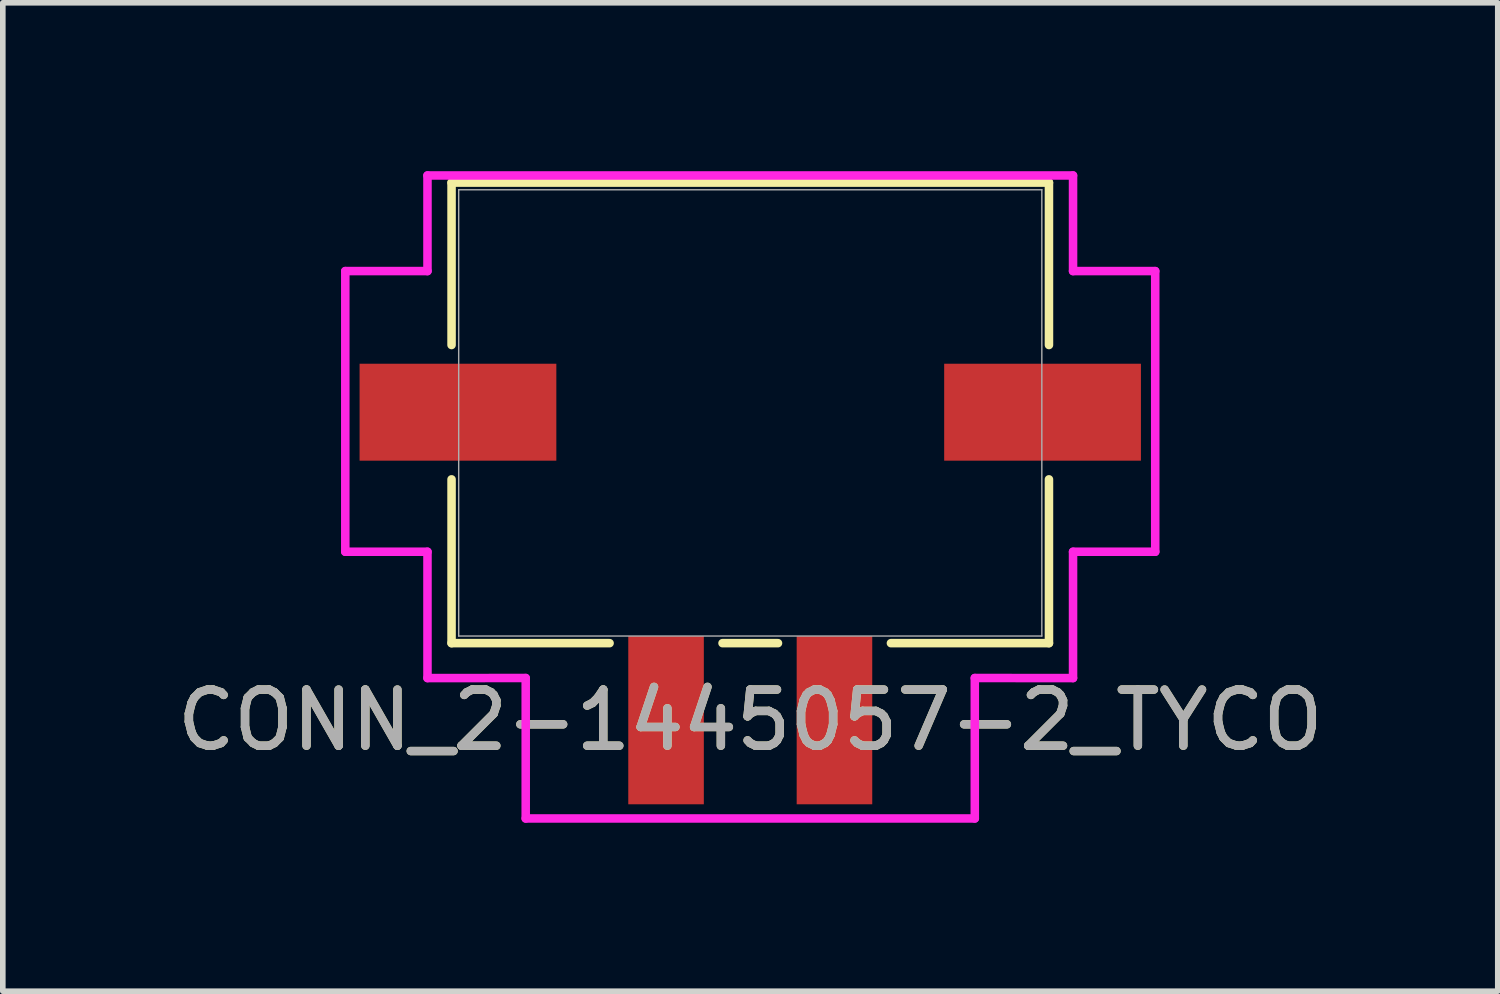
<source format=kicad_pcb>
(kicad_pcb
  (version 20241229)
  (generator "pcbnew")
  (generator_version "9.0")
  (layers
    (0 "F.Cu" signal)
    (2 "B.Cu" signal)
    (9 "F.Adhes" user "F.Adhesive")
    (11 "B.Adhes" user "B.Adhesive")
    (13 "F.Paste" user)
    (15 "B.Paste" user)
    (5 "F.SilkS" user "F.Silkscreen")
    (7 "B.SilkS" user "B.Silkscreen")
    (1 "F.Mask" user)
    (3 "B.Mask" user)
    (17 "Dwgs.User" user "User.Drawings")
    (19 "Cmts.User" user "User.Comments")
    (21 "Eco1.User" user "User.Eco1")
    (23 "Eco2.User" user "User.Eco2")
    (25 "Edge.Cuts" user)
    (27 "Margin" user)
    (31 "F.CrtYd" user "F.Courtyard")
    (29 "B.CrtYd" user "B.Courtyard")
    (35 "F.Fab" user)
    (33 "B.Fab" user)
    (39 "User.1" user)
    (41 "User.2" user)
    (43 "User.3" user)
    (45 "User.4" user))
  (footprint "CONN_2-1445057-2_TYCO"
    (layer "F.Cu")
    (at 8.815 9.779)
    (property "Reference" "CONN_2-1445057-2_TYCO" (at 1.5 0 0) (unlocked yes) (layer "F.SilkS") (effects (font (size 1 1) (thickness 0.15))))
    (attr smd)
    (fp_line (start -3.821 -9.576) (end -3.821 -6.683) (stroke (width 0.152) (type solid)) (layer "F.SilkS"))
    (fp_line (start -3.821 -4.29) (end -3.821 -1.372) (stroke (width 0.152) (type solid)) (layer "F.SilkS"))
    (fp_line (start -3.821 -1.372) (end -1.006 -1.372) (stroke (width 0.152) (type solid)) (layer "F.SilkS"))
    (fp_line (start 1.006 -1.372) (end 1.994 -1.372) (stroke (width 0.152) (type solid)) (layer "F.SilkS"))
    (fp_line (start 4.006 -1.372) (end 6.821 -1.372) (stroke (width 0.152) (type solid)) (layer "F.SilkS"))
    (fp_line (start 6.821 -9.576) (end -3.821 -9.576) (stroke (width 0.152) (type solid)) (layer "F.SilkS"))
    (fp_line (start 6.821 -6.683) (end 6.821 -9.576) (stroke (width 0.152) (type solid)) (layer "F.SilkS"))
    (fp_line (start 6.821 -1.372) (end 6.821 -4.29) (stroke (width 0.152) (type solid)) (layer "F.SilkS"))
    (fp_line (start -5.714 -8) (end -5.714 -3) (stroke (width 0.152) (type solid)) (layer "F.CrtYd"))
    (fp_line (start -5.714 -8) (end -4.25 -8) (stroke (width 0.152) (type solid)) (layer "F.CrtYd"))
    (fp_line (start -5.714 -3) (end -4.25 -3) (stroke (width 0.152) (type solid)) (layer "F.CrtYd"))
    (fp_line (start -4.25 -9.703) (end -4.25 -8) (stroke (width 0.152) (type solid)) (layer "F.CrtYd"))
    (fp_line (start -4.25 -3) (end -4.25 -0.75) (stroke (width 0.152) (type solid)) (layer "F.CrtYd"))
    (fp_line (start -4.25 -0.75) (end -2.5 -0.751) (stroke (width 0.152) (type solid)) (layer "F.CrtYd"))
    (fp_line (start -2.5 1.751) (end -2.5 -0.751) (stroke (width 0.152) (type solid)) (layer "F.CrtYd"))
    (fp_line (start -2.5 1.751) (end 5.5 1.751) (stroke (width 0.152) (type solid)) (layer "F.CrtYd"))
    (fp_line (start 5.5 -0.751) (end 5.5 1.751) (stroke (width 0.152) (type solid)) (layer "F.CrtYd"))
    (fp_line (start 7.25 -9.703) (end -4.25 -9.703) (stroke (width 0.152) (type solid)) (layer "F.CrtYd"))
    (fp_line (start 7.25 -9.703) (end 7.25 -8) (stroke (width 0.152) (type solid)) (layer "F.CrtYd"))
    (fp_line (start 7.25 -3) (end 7.25 -0.75) (stroke (width 0.152) (type solid)) (layer "F.CrtYd"))
    (fp_line (start 7.25 -0.75) (end 5.5 -0.751) (stroke (width 0.152) (type solid)) (layer "F.CrtYd"))
    (fp_line (start 8.714 -8) (end 7.25 -8) (stroke (width 0.152) (type solid)) (layer "F.CrtYd"))
    (fp_line (start 8.714 -3) (end 7.25 -3) (stroke (width 0.152) (type solid)) (layer "F.CrtYd"))
    (fp_line (start 8.714 -3) (end 8.714 -8) (stroke (width 0.152) (type solid)) (layer "F.CrtYd"))
    (fp_line (start -3.694 -9.449) (end -3.694 -1.499) (stroke (width 0.025) (type solid)) (layer "F.Fab"))
    (fp_line (start -3.694 -1.499) (end 6.694 -1.499) (stroke (width 0.025) (type solid)) (layer "F.Fab"))
    (fp_line (start 6.694 -9.449) (end -3.694 -9.449) (stroke (width 0.025) (type solid)) (layer "F.Fab"))
    (fp_line (start 6.694 -1.499) (end 6.694 -9.449) (stroke (width 0.025) (type solid)) (layer "F.Fab"))
    (fp_text user "${REFERENCE}" (at 1.5 0 0) (unlocked yes) (layer "F.Fab") (effects (font (size 1 1) (thickness 0.15))))
    (pad "1" smd rect (at 0 0) (size 1.346 2.997) (layers "F.Cu" "F.Mask" "F.Paste"))
    (pad "2" smd rect (at 3 0) (size 1.346 2.997) (layers "F.Cu" "F.Mask" "F.Paste"))
    (pad "7" smd rect (at -3.707 -5.486) (size 3.505 1.727) (layers "F.Cu" "F.Mask" "F.Paste"))
    (pad "8" smd rect (at 6.707 -5.486) (size 3.505 1.727) (layers "F.Cu" "F.Mask" "F.Paste")))
  (gr_rect
    (start -3 -3)
    (end 23.631 14.607)
    (stroke (width 0.1) (type default))
    (fill no)
    (layer "Edge.Cuts")))
</source>
